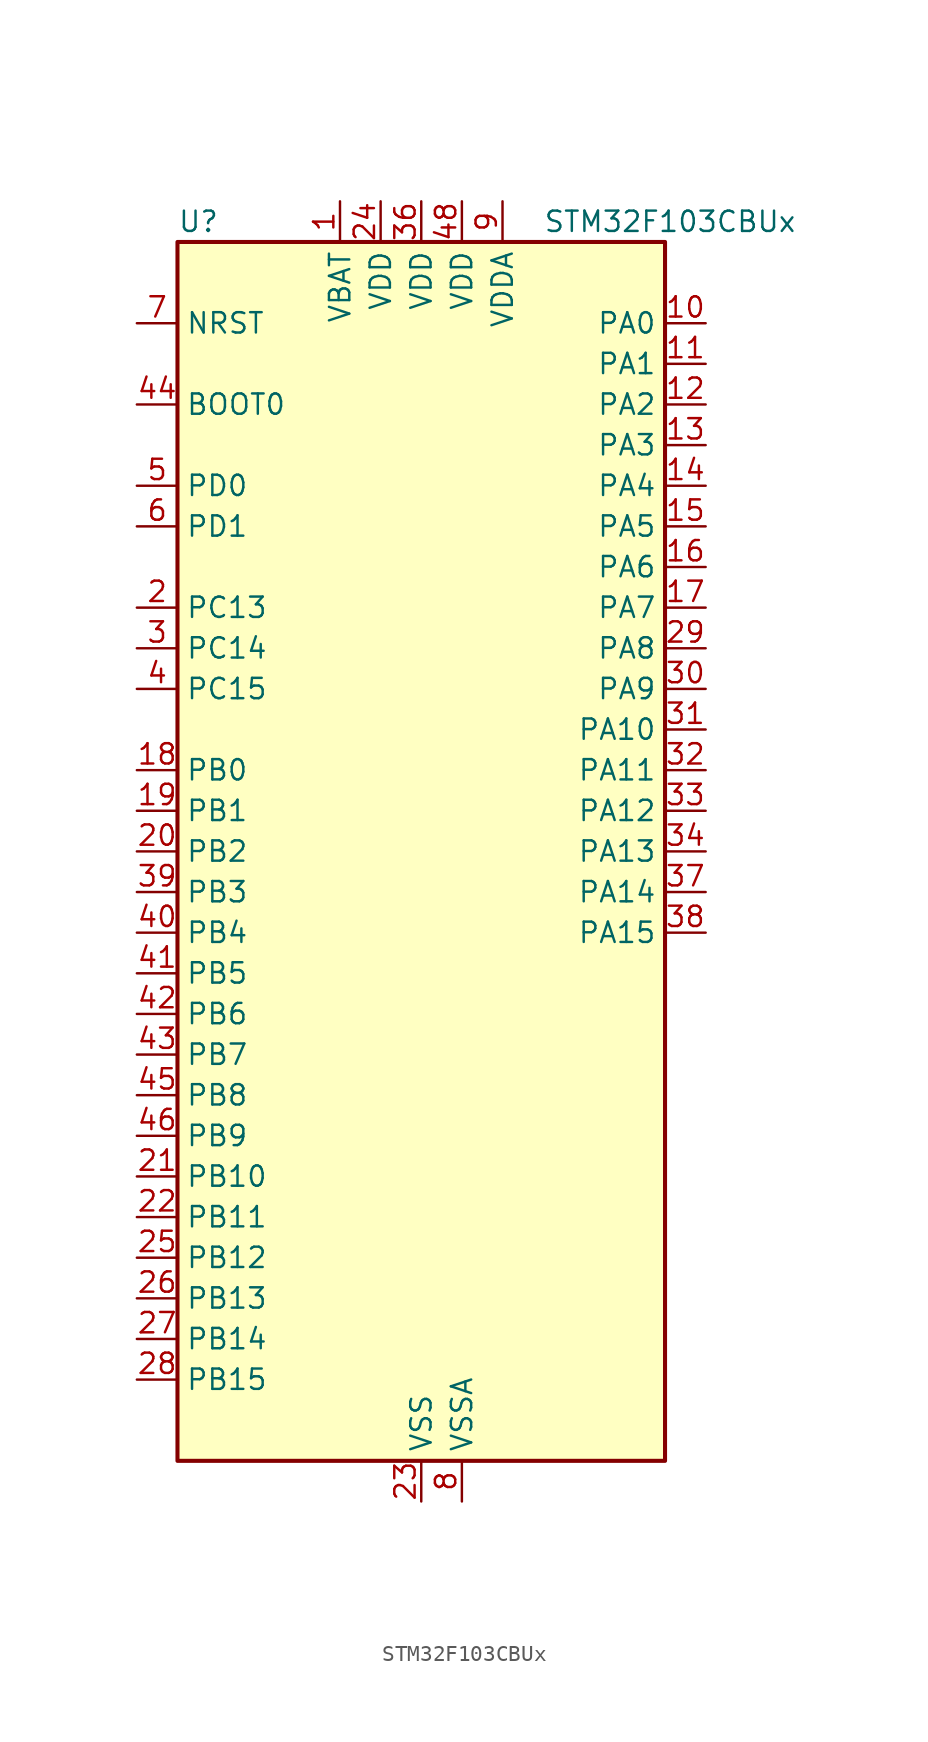
<source format=kicad_sym>
(kicad_symbol_lib
  (version 20241209)
  (generator "kicad_symbol_editor")
  (generator_version "9.0")
  (symbol "STM32F103CBUx"
    (property "Reference" "U"
      (at -15.24 39.37 0)
      (effects (font (size 1.27 1.27)) (justify left)))
    (property "Value" "STM32F103CBUx"
      (at 7.62 39.37 0)
      (effects (font (size 1.27 1.27)) (justify left)))
    (symbol "STM32F103CBUx_0_1"
      (rectangle (start -15.24 -38.1) (end 15.24 38.1) (stroke (width 0.254) (type default)) (fill (type background))))
    (symbol "STM32F103CBUx_1_1"
      (pin input line (at -17.78 33.02 0) (length 2.54) (name "NRST" (effects (font (size 1.27 1.27)))) (number "7" (effects (font (size 1.27 1.27)))))
      (pin input line (at -17.78 27.94 0) (length 2.54) (name "BOOT0" (effects (font (size 1.27 1.27)))) (number "44" (effects (font (size 1.27 1.27)))))
      (pin bidirectional line (at -17.78 22.86 0) (length 2.54) (name "PD0" (effects (font (size 1.27 1.27)))) (number "5" (effects (font (size 1.27 1.27)))) (alternate "RCC_OSC_IN" bidirectional line))
      (pin bidirectional line (at -17.78 20.32 0) (length 2.54) (name "PD1" (effects (font (size 1.27 1.27)))) (number "6" (effects (font (size 1.27 1.27)))) (alternate "RCC_OSC_OUT" bidirectional line))
      (pin bidirectional line (at -17.78 15.24 0) (length 2.54) (name "PC13" (effects (font (size 1.27 1.27)))) (number "2" (effects (font (size 1.27 1.27)))) (alternate "RTC_OUT" bidirectional line) (alternate "RTC_TAMPER" bidirectional line))
      (pin bidirectional line (at -17.78 12.7 0) (length 2.54) (name "PC14" (effects (font (size 1.27 1.27)))) (number "3" (effects (font (size 1.27 1.27)))) (alternate "RCC_OSC32_IN" bidirectional line))
      (pin bidirectional line (at -17.78 10.16 0) (length 2.54) (name "PC15" (effects (font (size 1.27 1.27)))) (number "4" (effects (font (size 1.27 1.27)))) (alternate "ADC1_EXTI15" bidirectional line) (alternate "ADC2_EXTI15" bidirectional line) (alternate "RCC_OSC32_OUT" bidirectional line))
      (pin bidirectional line (at -17.78 5.08 0) (length 2.54) (name "PB0" (effects (font (size 1.27 1.27)))) (number "18" (effects (font (size 1.27 1.27)))) (alternate "ADC1_IN8" bidirectional line) (alternate "ADC2_IN8" bidirectional line) (alternate "TIM1_CH2N" bidirectional line) (alternate "TIM3_CH3" bidirectional line))
      (pin bidirectional line (at -17.78 2.54 0) (length 2.54) (name "PB1" (effects (font (size 1.27 1.27)))) (number "19" (effects (font (size 1.27 1.27)))) (alternate "ADC1_IN9" bidirectional line) (alternate "ADC2_IN9" bidirectional line) (alternate "TIM1_CH3N" bidirectional line) (alternate "TIM3_CH4" bidirectional line))
      (pin bidirectional line (at -17.78 0 0) (length 2.54) (name "PB2" (effects (font (size 1.27 1.27)))) (number "20" (effects (font (size 1.27 1.27)))))
      (pin bidirectional line (at -17.78 -2.54 0) (length 2.54) (name "PB3" (effects (font (size 1.27 1.27)))) (number "39" (effects (font (size 1.27 1.27)))) (alternate "SPI1_SCK" bidirectional line) (alternate "SYS_JTDO-TRACESWO" bidirectional line) (alternate "TIM2_CH2" bidirectional line))
      (pin bidirectional line (at -17.78 -5.08 0) (length 2.54) (name "PB4" (effects (font (size 1.27 1.27)))) (number "40" (effects (font (size 1.27 1.27)))) (alternate "SPI1_MISO" bidirectional line) (alternate "SYS_NJTRST" bidirectional line) (alternate "TIM3_CH1" bidirectional line))
      (pin bidirectional line (at -17.78 -7.62 0) (length 2.54) (name "PB5" (effects (font (size 1.27 1.27)))) (number "41" (effects (font (size 1.27 1.27)))) (alternate "I2C1_SMBA" bidirectional line) (alternate "SPI1_MOSI" bidirectional line) (alternate "TIM3_CH2" bidirectional line))
      (pin bidirectional line (at -17.78 -10.16 0) (length 2.54) (name "PB6" (effects (font (size 1.27 1.27)))) (number "42" (effects (font (size 1.27 1.27)))) (alternate "I2C1_SCL" bidirectional line) (alternate "TIM4_CH1" bidirectional line) (alternate "USART1_TX" bidirectional line))
      (pin bidirectional line (at -17.78 -12.7 0) (length 2.54) (name "PB7" (effects (font (size 1.27 1.27)))) (number "43" (effects (font (size 1.27 1.27)))) (alternate "I2C1_SDA" bidirectional line) (alternate "TIM4_CH2" bidirectional line) (alternate "USART1_RX" bidirectional line))
      (pin bidirectional line (at -17.78 -15.24 0) (length 2.54) (name "PB8" (effects (font (size 1.27 1.27)))) (number "45" (effects (font (size 1.27 1.27)))) (alternate "CAN_RX" bidirectional line) (alternate "I2C1_SCL" bidirectional line) (alternate "TIM4_CH3" bidirectional line))
      (pin bidirectional line (at -17.78 -17.78 0) (length 2.54) (name "PB9" (effects (font (size 1.27 1.27)))) (number "46" (effects (font (size 1.27 1.27)))) (alternate "CAN_TX" bidirectional line) (alternate "I2C1_SDA" bidirectional line) (alternate "TIM4_CH4" bidirectional line))
      (pin bidirectional line (at -17.78 -20.32 0) (length 2.54) (name "PB10" (effects (font (size 1.27 1.27)))) (number "21" (effects (font (size 1.27 1.27)))) (alternate "I2C2_SCL" bidirectional line) (alternate "TIM2_CH3" bidirectional line) (alternate "USART3_TX" bidirectional line))
      (pin bidirectional line (at -17.78 -22.86 0) (length 2.54) (name "PB11" (effects (font (size 1.27 1.27)))) (number "22" (effects (font (size 1.27 1.27)))) (alternate "ADC1_EXTI11" bidirectional line) (alternate "ADC2_EXTI11" bidirectional line) (alternate "I2C2_SDA" bidirectional line) (alternate "TIM2_CH4" bidirectional line) (alternate "USART3_RX" bidirectional line))
      (pin bidirectional line (at -17.78 -25.4 0) (length 2.54) (name "PB12" (effects (font (size 1.27 1.27)))) (number "25" (effects (font (size 1.27 1.27)))) (alternate "I2C2_SMBA" bidirectional line) (alternate "SPI2_NSS" bidirectional line) (alternate "TIM1_BKIN" bidirectional line) (alternate "USART3_CK" bidirectional line))
      (pin bidirectional line (at -17.78 -27.94 0) (length 2.54) (name "PB13" (effects (font (size 1.27 1.27)))) (number "26" (effects (font (size 1.27 1.27)))) (alternate "SPI2_SCK" bidirectional line) (alternate "TIM1_CH1N" bidirectional line) (alternate "USART3_CTS" bidirectional line))
      (pin bidirectional line (at -17.78 -30.48 0) (length 2.54) (name "PB14" (effects (font (size 1.27 1.27)))) (number "27" (effects (font (size 1.27 1.27)))) (alternate "SPI2_MISO" bidirectional line) (alternate "TIM1_CH2N" bidirectional line) (alternate "USART3_RTS" bidirectional line))
      (pin bidirectional line (at -17.78 -33.02 0) (length 2.54) (name "PB15" (effects (font (size 1.27 1.27)))) (number "28" (effects (font (size 1.27 1.27)))) (alternate "ADC1_EXTI15" bidirectional line) (alternate "ADC2_EXTI15" bidirectional line) (alternate "SPI2_MOSI" bidirectional line) (alternate "TIM1_CH3N" bidirectional line))
      (pin power_in line (at -5.08 40.64 270) (length 2.54) (name "VBAT" (effects (font (size 1.27 1.27)))) (number "1" (effects (font (size 1.27 1.27)))))
      (pin power_in line (at -2.54 40.64 270) (length 2.54) (name "VDD" (effects (font (size 1.27 1.27)))) (number "24" (effects (font (size 1.27 1.27)))))
      (pin power_in line (at 0 40.64 270) (length 2.54) (name "VDD" (effects (font (size 1.27 1.27)))) (number "36" (effects (font (size 1.27 1.27)))))
      (pin power_in line (at 0 -40.64 90) (length 2.54) (name "VSS" (effects (font (size 1.27 1.27)))) (number "23" (effects (font (size 1.27 1.27)))))
      (pin passive line (at 0 -40.64 90) (length 2.54) (hide yes) (name "VSS" (effects (font (size 1.27 1.27)))) (number "35" (effects (font (size 1.27 1.27)))))
      (pin passive line (at 0 -40.64 90) (length 2.54) (hide yes) (name "VSS" (effects (font (size 1.27 1.27)))) (number "47" (effects (font (size 1.27 1.27)))))
      (pin passive line (at 0 -40.64 90) (length 2.54) (hide yes) (name "VSS" (effects (font (size 1.27 1.27)))) (number "49" (effects (font (size 1.27 1.27)))))
      (pin power_in line (at 2.54 40.64 270) (length 2.54) (name "VDD" (effects (font (size 1.27 1.27)))) (number "48" (effects (font (size 1.27 1.27)))))
      (pin power_in line (at 2.54 -40.64 90) (length 2.54) (name "VSSA" (effects (font (size 1.27 1.27)))) (number "8" (effects (font (size 1.27 1.27)))))
      (pin power_in line (at 5.08 40.64 270) (length 2.54) (name "VDDA" (effects (font (size 1.27 1.27)))) (number "9" (effects (font (size 1.27 1.27)))))
      (pin bidirectional line (at 17.78 33.02 180) (length 2.54) (name "PA0" (effects (font (size 1.27 1.27)))) (number "10" (effects (font (size 1.27 1.27)))) (alternate "ADC1_IN0" bidirectional line) (alternate "ADC2_IN0" bidirectional line) (alternate "SYS_WKUP" bidirectional line) (alternate "TIM2_CH1" bidirectional line) (alternate "TIM2_ETR" bidirectional line) (alternate "USART2_CTS" bidirectional line))
      (pin bidirectional line (at 17.78 30.48 180) (length 2.54) (name "PA1" (effects (font (size 1.27 1.27)))) (number "11" (effects (font (size 1.27 1.27)))) (alternate "ADC1_IN1" bidirectional line) (alternate "ADC2_IN1" bidirectional line) (alternate "TIM2_CH2" bidirectional line) (alternate "USART2_RTS" bidirectional line))
      (pin bidirectional line (at 17.78 27.94 180) (length 2.54) (name "PA2" (effects (font (size 1.27 1.27)))) (number "12" (effects (font (size 1.27 1.27)))) (alternate "ADC1_IN2" bidirectional line) (alternate "ADC2_IN2" bidirectional line) (alternate "TIM2_CH3" bidirectional line) (alternate "USART2_TX" bidirectional line))
      (pin bidirectional line (at 17.78 25.4 180) (length 2.54) (name "PA3" (effects (font (size 1.27 1.27)))) (number "13" (effects (font (size 1.27 1.27)))) (alternate "ADC1_IN3" bidirectional line) (alternate "ADC2_IN3" bidirectional line) (alternate "TIM2_CH4" bidirectional line) (alternate "USART2_RX" bidirectional line))
      (pin bidirectional line (at 17.78 22.86 180) (length 2.54) (name "PA4" (effects (font (size 1.27 1.27)))) (number "14" (effects (font (size 1.27 1.27)))) (alternate "ADC1_IN4" bidirectional line) (alternate "ADC2_IN4" bidirectional line) (alternate "SPI1_NSS" bidirectional line) (alternate "USART2_CK" bidirectional line))
      (pin bidirectional line (at 17.78 20.32 180) (length 2.54) (name "PA5" (effects (font (size 1.27 1.27)))) (number "15" (effects (font (size 1.27 1.27)))) (alternate "ADC1_IN5" bidirectional line) (alternate "ADC2_IN5" bidirectional line) (alternate "SPI1_SCK" bidirectional line))
      (pin bidirectional line (at 17.78 17.78 180) (length 2.54) (name "PA6" (effects (font (size 1.27 1.27)))) (number "16" (effects (font (size 1.27 1.27)))) (alternate "ADC1_IN6" bidirectional line) (alternate "ADC2_IN6" bidirectional line) (alternate "SPI1_MISO" bidirectional line) (alternate "TIM1_BKIN" bidirectional line) (alternate "TIM3_CH1" bidirectional line))
      (pin bidirectional line (at 17.78 15.24 180) (length 2.54) (name "PA7" (effects (font (size 1.27 1.27)))) (number "17" (effects (font (size 1.27 1.27)))) (alternate "ADC1_IN7" bidirectional line) (alternate "ADC2_IN7" bidirectional line) (alternate "SPI1_MOSI" bidirectional line) (alternate "TIM1_CH1N" bidirectional line) (alternate "TIM3_CH2" bidirectional line))
      (pin bidirectional line (at 17.78 12.7 180) (length 2.54) (name "PA8" (effects (font (size 1.27 1.27)))) (number "29" (effects (font (size 1.27 1.27)))) (alternate "RCC_MCO" bidirectional line) (alternate "TIM1_CH1" bidirectional line) (alternate "USART1_CK" bidirectional line))
      (pin bidirectional line (at 17.78 10.16 180) (length 2.54) (name "PA9" (effects (font (size 1.27 1.27)))) (number "30" (effects (font (size 1.27 1.27)))) (alternate "TIM1_CH2" bidirectional line) (alternate "USART1_TX" bidirectional line))
      (pin bidirectional line (at 17.78 7.62 180) (length 2.54) (name "PA10" (effects (font (size 1.27 1.27)))) (number "31" (effects (font (size 1.27 1.27)))) (alternate "TIM1_CH3" bidirectional line) (alternate "USART1_RX" bidirectional line))
      (pin bidirectional line (at 17.78 5.08 180) (length 2.54) (name "PA11" (effects (font (size 1.27 1.27)))) (number "32" (effects (font (size 1.27 1.27)))) (alternate "ADC1_EXTI11" bidirectional line) (alternate "ADC2_EXTI11" bidirectional line) (alternate "CAN_RX" bidirectional line) (alternate "TIM1_CH4" bidirectional line) (alternate "USART1_CTS" bidirectional line) (alternate "USB_DM" bidirectional line))
      (pin bidirectional line (at 17.78 2.54 180) (length 2.54) (name "PA12" (effects (font (size 1.27 1.27)))) (number "33" (effects (font (size 1.27 1.27)))) (alternate "CAN_TX" bidirectional line) (alternate "TIM1_ETR" bidirectional line) (alternate "USART1_RTS" bidirectional line) (alternate "USB_DP" bidirectional line))
      (pin bidirectional line (at 17.78 0 180) (length 2.54) (name "PA13" (effects (font (size 1.27 1.27)))) (number "34" (effects (font (size 1.27 1.27)))) (alternate "SYS_JTMS-SWDIO" bidirectional line))
      (pin bidirectional line (at 17.78 -2.54 180) (length 2.54) (name "PA14" (effects (font (size 1.27 1.27)))) (number "37" (effects (font (size 1.27 1.27)))) (alternate "SYS_JTCK-SWCLK" bidirectional line))
      (pin bidirectional line (at 17.78 -5.08 180) (length 2.54) (name "PA15" (effects (font (size 1.27 1.27)))) (number "38" (effects (font (size 1.27 1.27)))) (alternate "ADC1_EXTI15" bidirectional line) (alternate "ADC2_EXTI15" bidirectional line) (alternate "SPI1_NSS" bidirectional line) (alternate "SYS_JTDI" bidirectional line) (alternate "TIM2_CH1" bidirectional line) (alternate "TIM2_ETR" bidirectional line)))))
</source>
